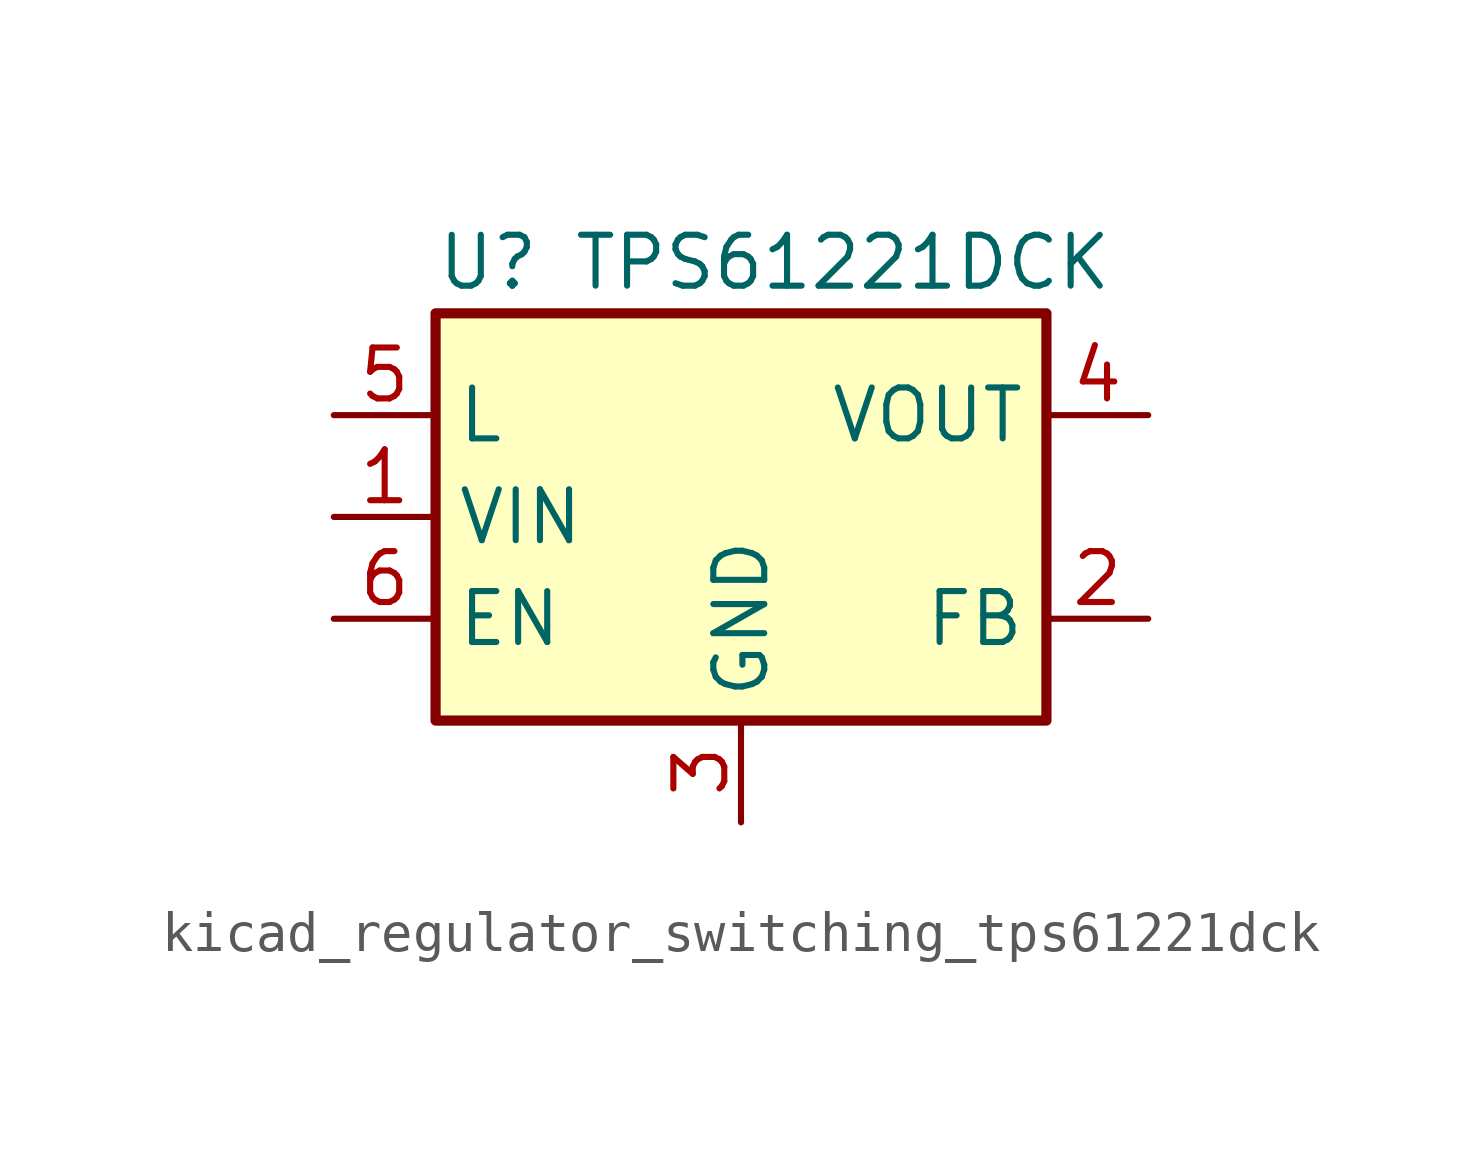
<source format=kicad_sym>
(kicad_symbol_lib
  (version 20220914)
  (generator kicad_symbol_editor)
  (symbol "kicad_regulator_switching_tps61221dck"
    (property "Reference" "U"
      (at -7.62 6.35 0)
      (effects (font (size 1.27 1.27)) (justify left)))
    (property "Value" "TPS61221DCK"
      (at 2.54 6.35 0)
      (effects (font (size 1.27 1.27))))
    (symbol "kicad_regulator_switching_tps61221dck_0_1"
      (rectangle (start -7.62 5.08) (end 7.62 -5.08) (stroke (width 0.254) (type default)) (fill (type background))))
    (symbol "kicad_regulator_switching_tps61221dck_1_1"
      (pin power_in line (at -10.16 0 0) (length 2.54) (name "VIN" (effects (font (size 1.27 1.27)))) (number "1" (effects (font (size 1.27 1.27)))))
      (pin input line (at 10.16 -2.54 180) (length 2.54) (name "FB" (effects (font (size 1.27 1.27)))) (number "2" (effects (font (size 1.27 1.27)))))
      (pin power_in line (at 0 -7.62 90) (length 2.54) (name "GND" (effects (font (size 1.27 1.27)))) (number "3" (effects (font (size 1.27 1.27)))))
      (pin power_out line (at 10.16 2.54 180) (length 2.54) (name "VOUT" (effects (font (size 1.27 1.27)))) (number "4" (effects (font (size 1.27 1.27)))))
      (pin power_in line (at -10.16 2.54 0) (length 2.54) (name "L" (effects (font (size 1.27 1.27)))) (number "5" (effects (font (size 1.27 1.27)))))
      (pin input line (at -10.16 -2.54 0) (length 2.54) (name "EN" (effects (font (size 1.27 1.27)))) (number "6" (effects (font (size 1.27 1.27))))))))
</source>
